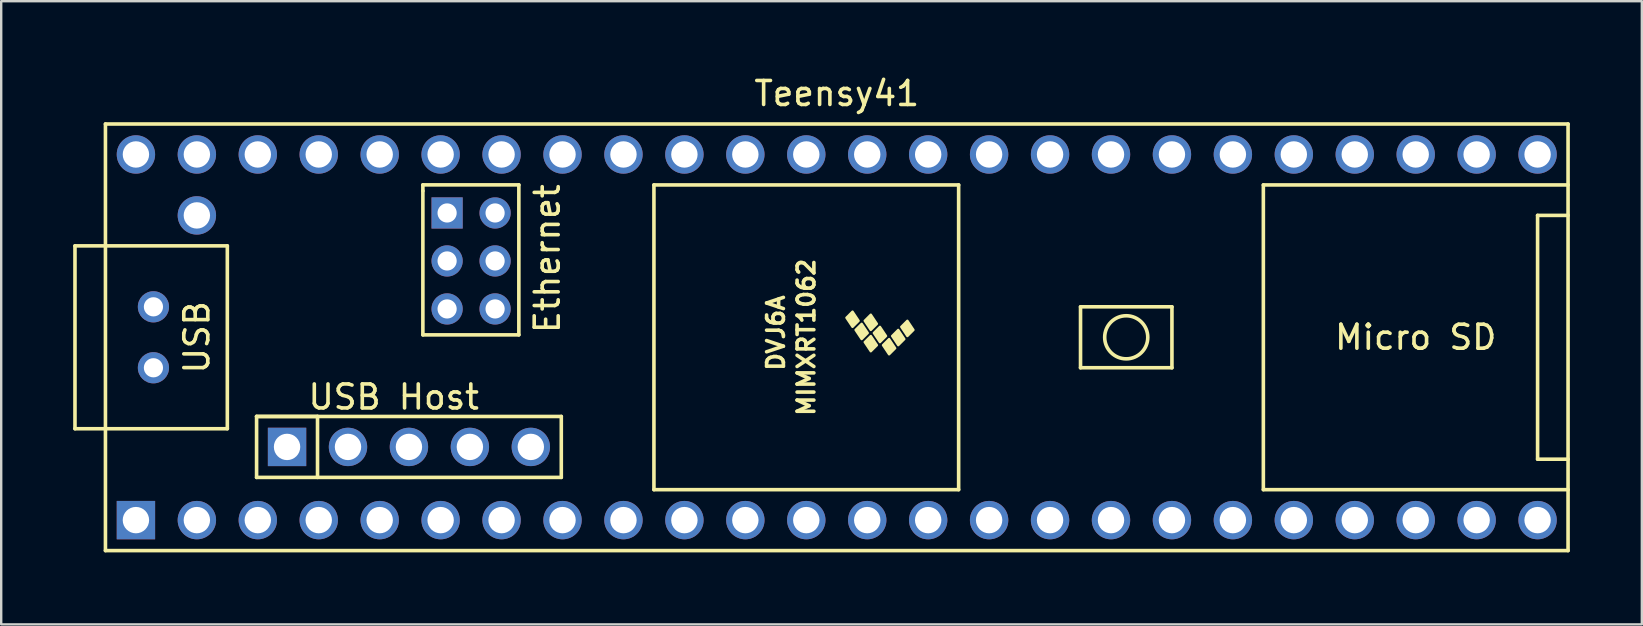
<source format=kicad_pcb>
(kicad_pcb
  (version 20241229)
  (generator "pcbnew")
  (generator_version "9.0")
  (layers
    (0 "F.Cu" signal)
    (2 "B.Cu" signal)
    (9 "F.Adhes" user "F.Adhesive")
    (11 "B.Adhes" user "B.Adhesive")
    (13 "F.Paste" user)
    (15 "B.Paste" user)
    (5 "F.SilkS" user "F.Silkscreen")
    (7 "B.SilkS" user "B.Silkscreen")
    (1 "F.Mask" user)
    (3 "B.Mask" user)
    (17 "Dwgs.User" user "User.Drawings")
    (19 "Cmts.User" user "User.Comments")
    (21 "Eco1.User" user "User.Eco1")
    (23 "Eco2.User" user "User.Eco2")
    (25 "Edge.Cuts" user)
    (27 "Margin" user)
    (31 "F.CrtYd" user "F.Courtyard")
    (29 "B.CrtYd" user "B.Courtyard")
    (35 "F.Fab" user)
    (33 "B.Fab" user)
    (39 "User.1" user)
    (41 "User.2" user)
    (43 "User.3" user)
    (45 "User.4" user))
  (footprint "Teensy41"
    (layer "F.Cu")
    (at 31.825 11.008)
    (property "Reference" "Teensy41" (at 0 -10.16 0) (layer "F.SilkS") (effects (font (size 1 1) (thickness 0.15))))
    (attr through_hole)
    (fp_line (start -31.75 -3.81) (end -30.48 -3.81) (stroke (width 0.15) (type solid)) (layer "F.SilkS"))
    (fp_line (start -31.75 3.81) (end -31.75 -3.81) (stroke (width 0.15) (type solid)) (layer "F.SilkS"))
    (fp_line (start -30.48 -8.89) (end 30.48 -8.89) (stroke (width 0.15) (type solid)) (layer "F.SilkS"))
    (fp_line (start -30.48 3.81) (end -31.75 3.81) (stroke (width 0.15) (type solid)) (layer "F.SilkS"))
    (fp_line (start -30.48 8.89) (end -30.48 -8.89) (stroke (width 0.15) (type solid)) (layer "F.SilkS"))
    (fp_line (start -25.4 -3.81) (end -30.48 -3.81) (stroke (width 0.15) (type solid)) (layer "F.SilkS"))
    (fp_line (start -25.4 3.81) (end -30.48 3.81) (stroke (width 0.15) (type solid)) (layer "F.SilkS"))
    (fp_line (start -25.4 3.81) (end -25.4 -3.81) (stroke (width 0.15) (type solid)) (layer "F.SilkS"))
    (fp_line (start -24.181 3.299) (end -21.641 3.299) (stroke (width 0.15) (type solid)) (layer "F.SilkS"))
    (fp_line (start -24.181 3.299) (end -11.481 3.299) (stroke (width 0.15) (type solid)) (layer "F.SilkS"))
    (fp_line (start -24.181 5.839) (end -24.181 3.299) (stroke (width 0.15) (type solid)) (layer "F.SilkS"))
    (fp_line (start -21.641 3.299) (end -21.641 5.839) (stroke (width 0.15) (type solid)) (layer "F.SilkS"))
    (fp_line (start -17.25 -6.352) (end -17.25 -6.102) (stroke (width 0.15) (type solid)) (layer "F.SilkS"))
    (fp_line (start -17.25 -6.102) (end -17.25 -0.102) (stroke (width 0.15) (type solid)) (layer "F.SilkS"))
    (fp_line (start -17.25 -0.102) (end -13.25 -0.102) (stroke (width 0.15) (type solid)) (layer "F.SilkS"))
    (fp_line (start -13.25 -6.352) (end -17.25 -6.352) (stroke (width 0.15) (type solid)) (layer "F.SilkS"))
    (fp_line (start -13.25 -0.102) (end -13.25 -6.352) (stroke (width 0.15) (type solid)) (layer "F.SilkS"))
    (fp_line (start -11.481 3.299) (end -11.481 5.839) (stroke (width 0.15) (type solid)) (layer "F.SilkS"))
    (fp_line (start -11.481 5.839) (end -24.181 5.839) (stroke (width 0.15) (type solid)) (layer "F.SilkS"))
    (fp_line (start -7.62 -6.35) (end -7.62 6.35) (stroke (width 0.15) (type solid)) (layer "F.SilkS"))
    (fp_line (start -7.62 6.35) (end 5.08 6.35) (stroke (width 0.15) (type solid)) (layer "F.SilkS"))
    (fp_line (start 5.08 -6.35) (end -7.62 -6.35) (stroke (width 0.15) (type solid)) (layer "F.SilkS"))
    (fp_line (start 5.08 6.35) (end 5.08 -6.35) (stroke (width 0.15) (type solid)) (layer "F.SilkS"))
    (fp_line (start 10.16 -1.27) (end 13.97 -1.27) (stroke (width 0.15) (type solid)) (layer "F.SilkS"))
    (fp_line (start 10.16 1.27) (end 10.16 -1.27) (stroke (width 0.15) (type solid)) (layer "F.SilkS"))
    (fp_line (start 13.97 -1.27) (end 13.97 1.27) (stroke (width 0.15) (type solid)) (layer "F.SilkS"))
    (fp_line (start 13.97 1.27) (end 10.16 1.27) (stroke (width 0.15) (type solid)) (layer "F.SilkS"))
    (fp_line (start 17.78 -6.35) (end 17.78 6.35) (stroke (width 0.15) (type solid)) (layer "F.SilkS"))
    (fp_line (start 17.78 6.35) (end 30.48 6.35) (stroke (width 0.15) (type solid)) (layer "F.SilkS"))
    (fp_line (start 29.21 -5.08) (end 29.21 5.08) (stroke (width 0.15) (type solid)) (layer "F.SilkS"))
    (fp_line (start 29.21 5.08) (end 30.48 5.08) (stroke (width 0.15) (type solid)) (layer "F.SilkS"))
    (fp_line (start 30.48 -8.89) (end 30.48 8.89) (stroke (width 0.15) (type solid)) (layer "F.SilkS"))
    (fp_line (start 30.48 -6.35) (end 17.78 -6.35) (stroke (width 0.15) (type solid)) (layer "F.SilkS"))
    (fp_line (start 30.48 -5.08) (end 29.21 -5.08) (stroke (width 0.15) (type solid)) (layer "F.SilkS"))
    (fp_line (start 30.48 8.89) (end -30.48 8.89) (stroke (width 0.15) (type solid)) (layer "F.SilkS"))
    (fp_circle (center 12.065 0) (end 12.7 -0.635) (stroke (width 0.15) (type solid)) (fill no) (layer "F.SilkS"))
    (fp_poly (pts (xy 0.911 -0.688) (xy 0.657 -0.434) (xy 0.403 -0.815) (xy 0.657 -1.069)) (stroke (width 0.1) (type solid)) (fill yes) (layer "F.SilkS"))
    (fp_poly (pts (xy 1.292 -0.18) (xy 1.038 0.074) (xy 0.784 -0.307) (xy 1.038 -0.561)) (stroke (width 0.1) (type solid)) (fill yes) (layer "F.SilkS"))
    (fp_poly (pts (xy 1.673 -0.561) (xy 1.419 -0.307) (xy 1.165 -0.688) (xy 1.419 -0.942)) (stroke (width 0.1) (type solid)) (fill yes) (layer "F.SilkS"))
    (fp_poly (pts (xy 1.673 0.328) (xy 1.419 0.582) (xy 1.165 0.201) (xy 1.419 -0.053)) (stroke (width 0.1) (type solid)) (fill yes) (layer "F.SilkS"))
    (fp_poly (pts (xy 2.054 -0.053) (xy 1.8 0.201) (xy 1.546 -0.18) (xy 1.8 -0.434)) (stroke (width 0.1) (type solid)) (fill yes) (layer "F.SilkS"))
    (fp_poly (pts (xy 2.435 0.455) (xy 2.181 0.709) (xy 1.927 0.328) (xy 2.181 0.074)) (stroke (width 0.1) (type solid)) (fill yes) (layer "F.SilkS"))
    (fp_poly (pts (xy 2.816 0.074) (xy 2.562 0.328) (xy 2.308 -0.053) (xy 2.562 -0.307)) (stroke (width 0.1) (type solid)) (fill yes) (layer "F.SilkS"))
    (fp_poly (pts (xy 3.197 -0.307) (xy 2.943 -0.053) (xy 2.689 -0.434) (xy 2.943 -0.688)) (stroke (width 0.1) (type solid)) (fill yes) (layer "F.SilkS"))
    (fp_text user "USB Host" (at -18.466 2.489 0) (layer "F.SilkS") (effects (font (size 1 1) (thickness 0.15))))
    (fp_text user "DVJ6A" (at -2.54 -0.18 270) (layer "F.SilkS") (effects (font (size 0.7 0.7) (thickness 0.15))))
    (fp_text user "Micro SD" (at 24.13 0 0) (layer "F.SilkS") (effects (font (size 1 1) (thickness 0.15))))
    (fp_text user "USB" (at -26.67 0 270) (layer "F.SilkS") (effects (font (size 1 1) (thickness 0.15))))
    (fp_text user "Ethernet" (at -12.065 -3.277 90) (layer "F.SilkS") (effects (font (size 1 1) (thickness 0.15))))
    (fp_text user "MIMXRT1062" (at -1.27 0 270) (layer "F.SilkS") (effects (font (size 0.7 0.7) (thickness 0.15))))
    (pad "1" thru_hole rect (at -29.21 7.62) (size 1.6 1.6) (drill 1.1) (layers "*.Cu" "*.Mask"))
    (pad "2" thru_hole circle (at -26.67 7.62) (size 1.6 1.6) (drill 1.1) (layers "*.Cu" "*.Mask"))
    (pad "3" thru_hole circle (at -24.13 7.62) (size 1.6 1.6) (drill 1.1) (layers "*.Cu" "*.Mask"))
    (pad "4" thru_hole circle (at -21.59 7.62) (size 1.6 1.6) (drill 1.1) (layers "*.Cu" "*.Mask"))
    (pad "5" thru_hole circle (at -19.05 7.62) (size 1.6 1.6) (drill 1.1) (layers "*.Cu" "*.Mask"))
    (pad "6" thru_hole circle (at -16.51 7.62) (size 1.6 1.6) (drill 1.1) (layers "*.Cu" "*.Mask"))
    (pad "7" thru_hole circle (at -13.97 7.62) (size 1.6 1.6) (drill 1.1) (layers "*.Cu" "*.Mask"))
    (pad "8" thru_hole circle (at -11.43 7.62) (size 1.6 1.6) (drill 1.1) (layers "*.Cu" "*.Mask"))
    (pad "9" thru_hole circle (at -8.89 7.62) (size 1.6 1.6) (drill 1.1) (layers "*.Cu" "*.Mask"))
    (pad "10" thru_hole circle (at -6.35 7.62) (size 1.6 1.6) (drill 1.1) (layers "*.Cu" "*.Mask"))
    (pad "11" thru_hole circle (at -3.81 7.62) (size 1.6 1.6) (drill 1.1) (layers "*.Cu" "*.Mask"))
    (pad "12" thru_hole circle (at -1.27 7.62) (size 1.6 1.6) (drill 1.1) (layers "*.Cu" "*.Mask"))
    (pad "13" thru_hole circle (at 1.27 7.62) (size 1.6 1.6) (drill 1.1) (layers "*.Cu" "*.Mask"))
    (pad "14" thru_hole circle (at 3.81 7.62) (size 1.6 1.6) (drill 1.1) (layers "*.Cu" "*.Mask"))
    (pad "15" thru_hole circle (at 6.35 7.62) (size 1.6 1.6) (drill 1.1) (layers "*.Cu" "*.Mask"))
    (pad "16" thru_hole circle (at 8.89 7.62) (size 1.6 1.6) (drill 1.1) (layers "*.Cu" "*.Mask"))
    (pad "17" thru_hole circle (at 11.43 7.62) (size 1.6 1.6) (drill 1.1) (layers "*.Cu" "*.Mask"))
    (pad "18" thru_hole circle (at 13.97 7.62) (size 1.6 1.6) (drill 1.1) (layers "*.Cu" "*.Mask"))
    (pad "19" thru_hole circle (at 16.51 7.62) (size 1.6 1.6) (drill 1.1) (layers "*.Cu" "*.Mask"))
    (pad "20" thru_hole circle (at 19.05 7.62) (size 1.6 1.6) (drill 1.1) (layers "*.Cu" "*.Mask"))
    (pad "21" thru_hole circle (at 21.59 7.62) (size 1.6 1.6) (drill 1.1) (layers "*.Cu" "*.Mask"))
    (pad "22" thru_hole circle (at 24.13 7.62) (size 1.6 1.6) (drill 1.1) (layers "*.Cu" "*.Mask"))
    (pad "23" thru_hole circle (at 26.67 7.62) (size 1.6 1.6) (drill 1.1) (layers "*.Cu" "*.Mask"))
    (pad "24" thru_hole circle (at 29.21 7.62) (size 1.6 1.6) (drill 1.1) (layers "*.Cu" "*.Mask"))
    (pad "25" thru_hole circle (at 29.21 -7.62) (size 1.6 1.6) (drill 1.1) (layers "*.Cu" "*.Mask"))
    (pad "26" thru_hole circle (at 26.67 -7.62) (size 1.6 1.6) (drill 1.1) (layers "*.Cu" "*.Mask"))
    (pad "27" thru_hole circle (at 24.13 -7.62) (size 1.6 1.6) (drill 1.1) (layers "*.Cu" "*.Mask"))
    (pad "28" thru_hole circle (at 21.59 -7.62) (size 1.6 1.6) (drill 1.1) (layers "*.Cu" "*.Mask"))
    (pad "29" thru_hole circle (at 19.05 -7.62) (size 1.6 1.6) (drill 1.1) (layers "*.Cu" "*.Mask"))
    (pad "30" thru_hole circle (at 16.51 -7.62) (size 1.6 1.6) (drill 1.1) (layers "*.Cu" "*.Mask"))
    (pad "31" thru_hole circle (at 13.97 -7.62) (size 1.6 1.6) (drill 1.1) (layers "*.Cu" "*.Mask"))
    (pad "32" thru_hole circle (at 11.43 -7.62) (size 1.6 1.6) (drill 1.1) (layers "*.Cu" "*.Mask"))
    (pad "33" thru_hole circle (at 8.89 -7.62) (size 1.6 1.6) (drill 1.1) (layers "*.Cu" "*.Mask"))
    (pad "34" thru_hole circle (at 6.35 -7.62) (size 1.6 1.6) (drill 1.1) (layers "*.Cu" "*.Mask"))
    (pad "35" thru_hole circle (at 3.81 -7.62) (size 1.6 1.6) (drill 1.1) (layers "*.Cu" "*.Mask"))
    (pad "36" thru_hole circle (at 1.27 -7.62) (size 1.6 1.6) (drill 1.1) (layers "*.Cu" "*.Mask"))
    (pad "37" thru_hole circle (at -1.27 -7.62) (size 1.6 1.6) (drill 1.1) (layers "*.Cu" "*.Mask"))
    (pad "38" thru_hole circle (at -3.81 -7.62) (size 1.6 1.6) (drill 1.1) (layers "*.Cu" "*.Mask"))
    (pad "39" thru_hole circle (at -6.35 -7.62) (size 1.6 1.6) (drill 1.1) (layers "*.Cu" "*.Mask"))
    (pad "40" thru_hole circle (at -8.89 -7.62) (size 1.6 1.6) (drill 1.1) (layers "*.Cu" "*.Mask"))
    (pad "41" thru_hole circle (at -11.43 -7.62) (size 1.6 1.6) (drill 1.1) (layers "*.Cu" "*.Mask"))
    (pad "42" thru_hole circle (at -13.97 -7.62) (size 1.6 1.6) (drill 1.1) (layers "*.Cu" "*.Mask"))
    (pad "43" thru_hole circle (at -16.51 -7.62) (size 1.6 1.6) (drill 1.1) (layers "*.Cu" "*.Mask"))
    (pad "44" thru_hole circle (at -19.05 -7.62) (size 1.6 1.6) (drill 1.1) (layers "*.Cu" "*.Mask"))
    (pad "45" thru_hole circle (at -21.59 -7.62) (size 1.6 1.6) (drill 1.1) (layers "*.Cu" "*.Mask"))
    (pad "46" thru_hole circle (at -24.13 -7.62) (size 1.6 1.6) (drill 1.1) (layers "*.Cu" "*.Mask"))
    (pad "47" thru_hole circle (at -26.67 -7.62) (size 1.6 1.6) (drill 1.1) (layers "*.Cu" "*.Mask"))
    (pad "48" thru_hole circle (at -29.21 -7.62) (size 1.6 1.6) (drill 1.1) (layers "*.Cu" "*.Mask"))
    (pad "49" thru_hole circle (at -26.67 -5.08) (size 1.6 1.6) (drill 1.1) (layers "*.Cu" "*.Mask"))
    (pad "55" thru_hole rect (at -22.911 4.569) (size 1.6 1.6) (drill 1.1) (layers "*.Cu" "*.Mask"))
    (pad "56" thru_hole circle (at -20.371 4.569) (size 1.6 1.6) (drill 1.1) (layers "*.Cu" "*.Mask"))
    (pad "57" thru_hole circle (at -17.831 4.569) (size 1.6 1.6) (drill 1.1) (layers "*.Cu" "*.Mask"))
    (pad "58" thru_hole circle (at -15.291 4.569) (size 1.6 1.6) (drill 1.1) (layers "*.Cu" "*.Mask"))
    (pad "59" thru_hole circle (at -12.751 4.569) (size 1.6 1.6) (drill 1.1) (layers "*.Cu" "*.Mask"))
    (pad "60" thru_hole rect (at -16.24 -5.182) (size 1.3 1.3) (drill 0.8) (layers "*.Cu" "*.Mask"))
    (pad "61" thru_hole circle (at -16.24 -3.182) (size 1.3 1.3) (drill 0.8) (layers "*.Cu" "*.Mask"))
    (pad "62" thru_hole circle (at -16.24 -1.182) (size 1.3 1.3) (drill 0.8) (layers "*.Cu" "*.Mask"))
    (pad "63" thru_hole circle (at -14.24 -1.182) (size 1.3 1.3) (drill 0.8) (layers "*.Cu" "*.Mask"))
    (pad "64" thru_hole circle (at -14.24 -3.182) (size 1.3 1.3) (drill 0.8) (layers "*.Cu" "*.Mask"))
    (pad "65" thru_hole circle (at -14.24 -5.182) (size 1.3 1.3) (drill 0.8) (layers "*.Cu" "*.Mask"))
    (pad "66" thru_hole circle (at -28.48 -1.27) (size 1.3 1.3) (drill 0.8) (layers "*.Cu" "*.Mask"))
    (pad "67" thru_hole circle (at -28.48 1.27) (size 1.3 1.3) (drill 0.8) (layers "*.Cu" "*.Mask")))
  (gr_rect
    (start -3 -3)
    (end 65.38 22.973)
    (stroke (width 0.1) (type default))
    (fill no)
    (layer "Edge.Cuts")))
</source>
